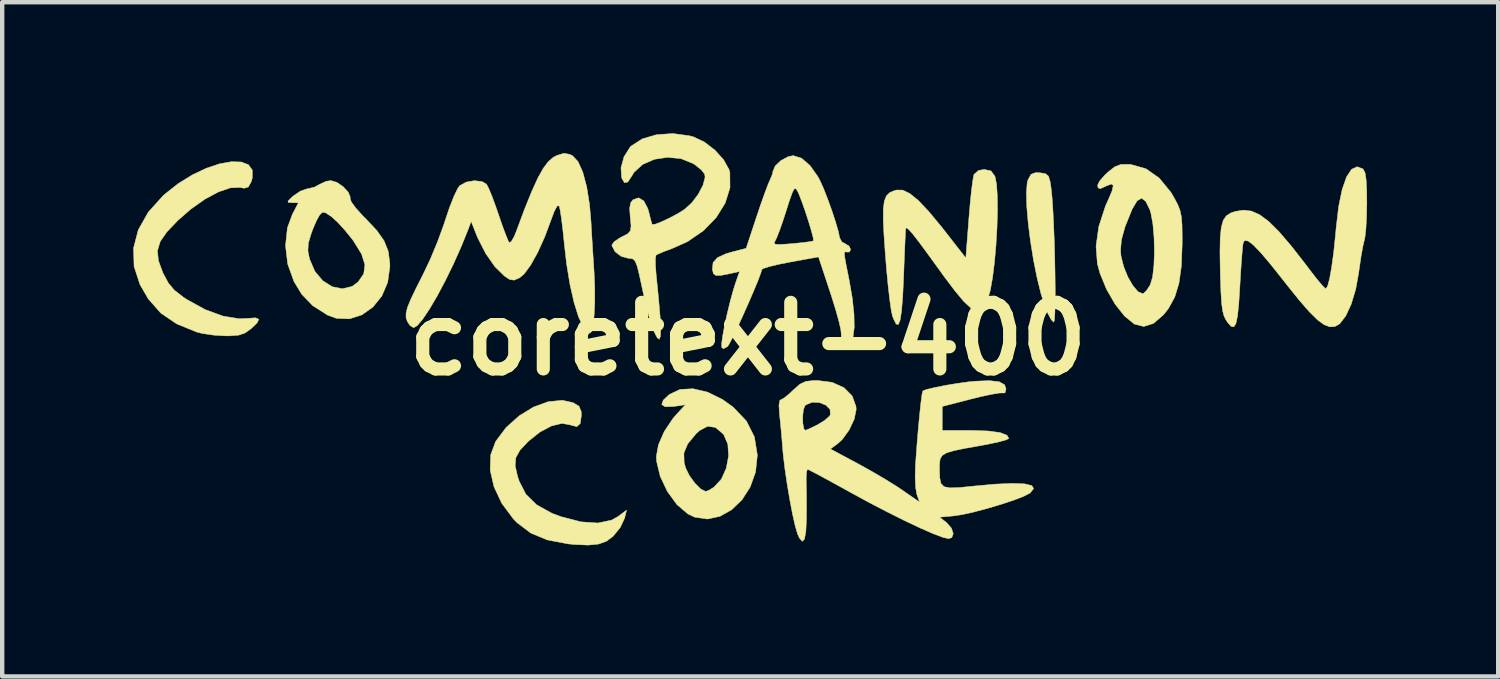
<source format=kicad_pcb>
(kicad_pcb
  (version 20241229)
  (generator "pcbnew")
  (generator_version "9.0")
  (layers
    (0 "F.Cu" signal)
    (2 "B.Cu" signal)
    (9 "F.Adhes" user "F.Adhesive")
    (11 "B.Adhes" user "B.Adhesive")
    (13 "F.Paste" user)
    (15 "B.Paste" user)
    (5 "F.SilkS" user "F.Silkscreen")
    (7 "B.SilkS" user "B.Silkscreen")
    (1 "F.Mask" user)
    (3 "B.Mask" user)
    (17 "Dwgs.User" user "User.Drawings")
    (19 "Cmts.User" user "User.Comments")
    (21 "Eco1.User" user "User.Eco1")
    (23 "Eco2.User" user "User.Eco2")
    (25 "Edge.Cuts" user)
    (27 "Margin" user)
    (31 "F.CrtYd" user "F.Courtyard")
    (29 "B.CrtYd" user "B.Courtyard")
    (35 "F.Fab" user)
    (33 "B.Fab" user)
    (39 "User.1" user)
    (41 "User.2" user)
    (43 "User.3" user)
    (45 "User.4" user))
  (footprint "coretext-400"
    (layer "F.Cu")
    (at 14.06 4.701)
    (property "Reference" "coretext-400" (at 0 0 0) (layer "F.SilkS") (effects (font (size 1.524 1.524) (thickness 0.3))))
    (attr through_hole)
    (fp_poly (pts (xy 6.683 -3.798) (xy 6.807 -3.777) (xy 6.875 -3.722) (xy 6.913 -3.599) (xy 6.934 -3.461) (xy 6.956 -3.254) (xy 6.976 -2.97) (xy 6.993 -2.631) (xy 7.008 -2.257) (xy 7.019 -1.868) (xy 7.026 -1.485) (xy 7.03 -1.128) (xy 7.029 -0.819) (xy 7.022 -0.578) (xy 7.011 -0.426) (xy 6.996 -0.381) (xy 6.94 -0.436) (xy 6.864 -0.577) (xy 6.803 -0.723) (xy 6.705 -1.029) (xy 6.614 -1.4) (xy 6.532 -1.81) (xy 6.464 -2.234) (xy 6.412 -2.647) (xy 6.38 -3.023) (xy 6.371 -3.338) (xy 6.389 -3.568) (xy 6.408 -3.639) (xy 6.477 -3.763) (xy 6.583 -3.802) (xy 6.683 -3.798)) (stroke (width 0.01) (type solid)) (fill yes) (layer "F.SilkS"))
    (fp_poly (pts (xy -4.001 1.46) (xy -3.864 1.542) (xy -3.814 1.663) (xy -3.81 1.75) (xy -3.835 1.936) (xy -3.914 2.009) (xy -4.053 1.974) (xy -4.063 1.969) (xy -4.253 1.935) (xy -4.493 1.993) (xy -4.758 2.132) (xy -5.023 2.344) (xy -5.032 2.353) (xy -5.216 2.549) (xy -5.31 2.72) (xy -5.325 2.906) (xy -5.269 3.149) (xy -5.233 3.257) (xy -5.079 3.557) (xy -4.834 3.797) (xy -4.486 3.99) (xy -4.276 4.069) (xy -3.82 4.187) (xy -3.432 4.214) (xy -3.12 4.148) (xy -2.978 4.069) (xy -2.776 3.92) (xy -2.821 4.103) (xy -2.92 4.316) (xy -3.085 4.518) (xy -3.239 4.633) (xy -3.419 4.696) (xy -3.654 4.719) (xy -3.972 4.705) (xy -4.122 4.69) (xy -4.589 4.601) (xy -4.967 4.444) (xy -5.281 4.207) (xy -5.368 4.117) (xy -5.633 3.76) (xy -5.81 3.382) (xy -5.896 3.006) (xy -5.884 2.653) (xy -5.772 2.349) (xy -5.53 2.028) (xy -5.232 1.761) (xy -4.903 1.56) (xy -4.567 1.438) (xy -4.245 1.407) (xy -4.001 1.46)) (stroke (width 0.01) (type solid)) (fill yes) (layer "F.SilkS"))
    (fp_poly (pts (xy -11.589 -4.045) (xy -11.426 -3.982) (xy -11.337 -3.859) (xy -11.339 -3.675) (xy -11.365 -3.591) (xy -11.428 -3.474) (xy -11.521 -3.445) (xy -11.626 -3.462) (xy -11.839 -3.454) (xy -12.112 -3.361) (xy -12.422 -3.195) (xy -12.745 -2.967) (xy -13.04 -2.71) (xy -13.292 -2.446) (xy -13.446 -2.224) (xy -13.508 -2.015) (xy -13.487 -1.792) (xy -13.391 -1.528) (xy -13.377 -1.497) (xy -13.26 -1.278) (xy -13.122 -1.113) (xy -12.921 -0.956) (xy -12.838 -0.901) (xy -12.417 -0.669) (xy -12.007 -0.519) (xy -11.634 -0.459) (xy -11.456 -0.467) (xy -11.264 -0.48) (xy -11.189 -0.447) (xy -11.229 -0.363) (xy -11.371 -0.228) (xy -11.506 -0.133) (xy -11.649 -0.084) (xy -11.85 -0.068) (xy -11.959 -0.068) (xy -12.221 -0.084) (xy -12.474 -0.121) (xy -12.605 -0.153) (xy -13.067 -0.341) (xy -13.431 -0.588) (xy -13.718 -0.913) (xy -13.908 -1.242) (xy -14.043 -1.656) (xy -14.055 -2.077) (xy -13.946 -2.493) (xy -13.718 -2.897) (xy -13.375 -3.278) (xy -13.346 -3.304) (xy -13.033 -3.551) (xy -12.709 -3.751) (xy -12.388 -3.903) (xy -12.085 -4.004) (xy -11.814 -4.052) (xy -11.589 -4.045)) (stroke (width 0.01) (type solid)) (fill yes) (layer "F.SilkS"))
    (fp_poly (pts (xy -0.922 1.22) (xy -0.576 1.391) (xy -0.337 1.563) (xy -0.035 1.88) (xy 0.148 2.242) (xy 0.215 2.653) (xy 0.215 2.667) (xy 0.175 3.046) (xy 0.053 3.389) (xy -0.134 3.681) (xy -0.371 3.91) (xy -0.641 4.061) (xy -0.928 4.123) (xy -1.217 4.08) (xy -1.374 4.006) (xy -1.626 3.79) (xy -1.844 3.49) (xy -2.006 3.147) (xy -2.089 2.803) (xy -2.095 2.695) (xy -2.081 2.613) (xy -1.465 2.613) (xy -1.459 2.832) (xy -1.425 2.955) (xy -1.337 3.133) (xy -1.211 3.306) (xy -1.077 3.438) (xy -0.966 3.492) (xy -0.963 3.493) (xy -0.882 3.46) (xy -0.776 3.393) (xy -0.607 3.21) (xy -0.494 2.958) (xy -0.442 2.678) (xy -0.46 2.409) (xy -0.553 2.193) (xy -0.565 2.178) (xy -0.743 2.027) (xy -0.922 2.001) (xy -1.111 2.101) (xy -1.187 2.172) (xy -1.378 2.404) (xy -1.465 2.613) (xy -2.081 2.613) (xy -2.047 2.424) (xy -1.914 2.121) (xy -1.717 1.825) (xy -1.628 1.722) (xy -1.429 1.507) (xy -1.699 1.548) (xy -1.891 1.555) (xy -1.971 1.505) (xy -1.937 1.404) (xy -1.801 1.275) (xy -1.555 1.158) (xy -1.255 1.142) (xy -0.922 1.22)) (stroke (width 0.01) (type solid)) (fill yes) (layer "F.SilkS"))
    (fp_poly (pts (xy 5.561 -3.841) (xy 5.649 -3.721) (xy 5.653 -3.711) (xy 5.688 -3.536) (xy 5.706 -3.262) (xy 5.709 -2.919) (xy 5.698 -2.532) (xy 5.674 -2.13) (xy 5.639 -1.739) (xy 5.595 -1.389) (xy 5.544 -1.105) (xy 5.491 -0.927) (xy 5.41 -0.762) (xy 5.324 -0.666) (xy 5.224 -0.645) (xy 5.1 -0.705) (xy 4.942 -0.851) (xy 4.741 -1.091) (xy 4.486 -1.429) (xy 4.349 -1.619) (xy 4.095 -1.969) (xy 3.905 -2.226) (xy 3.77 -2.399) (xy 3.681 -2.499) (xy 3.63 -2.537) (xy 3.611 -2.528) (xy 3.605 -2.461) (xy 3.597 -2.289) (xy 3.586 -2.032) (xy 3.573 -1.711) (xy 3.563 -1.434) (xy 3.542 -0.976) (xy 3.515 -0.642) (xy 3.482 -0.427) (xy 3.441 -0.327) (xy 3.391 -0.338) (xy 3.331 -0.458) (xy 3.305 -0.53) (xy 3.277 -0.663) (xy 3.244 -0.898) (xy 3.208 -1.21) (xy 3.173 -1.573) (xy 3.145 -1.914) (xy 3.113 -2.372) (xy 3.096 -2.721) (xy 3.098 -2.975) (xy 3.121 -3.153) (xy 3.168 -3.27) (xy 3.243 -3.344) (xy 3.347 -3.389) (xy 3.402 -3.404) (xy 3.542 -3.402) (xy 3.705 -3.323) (xy 3.903 -3.161) (xy 4.143 -2.906) (xy 4.436 -2.552) (xy 4.508 -2.46) (xy 4.985 -1.849) (xy 5.055 -2.75) (xy 5.083 -3.083) (xy 5.113 -3.377) (xy 5.142 -3.606) (xy 5.166 -3.742) (xy 5.173 -3.762) (xy 5.276 -3.852) (xy 5.406 -3.874) (xy 5.561 -3.841)) (stroke (width 0.01) (type solid)) (fill yes) (layer "F.SilkS"))
    (fp_poly (pts (xy -9.403 -3.579) (xy -9.259 -3.48) (xy -9.144 -3.356) (xy -9.097 -3.241) (xy -9.101 -3.213) (xy -9.073 -3.132) (xy -8.97 -2.991) (xy -8.81 -2.814) (xy -8.751 -2.755) (xy -8.491 -2.48) (xy -8.323 -2.241) (xy -8.229 -2.005) (xy -8.193 -1.74) (xy -8.191 -1.651) (xy -8.241 -1.292) (xy -8.375 -0.979) (xy -8.578 -0.727) (xy -8.831 -0.548) (xy -9.115 -0.457) (xy -9.413 -0.468) (xy -9.62 -0.544) (xy -9.957 -0.759) (xy -10.208 -1.02) (xy -10.384 -1.31) (xy -10.528 -1.71) (xy -10.564 -2.012) (xy -10.066 -2.012) (xy -10.03 -1.83) (xy -9.908 -1.545) (xy -9.727 -1.329) (xy -9.51 -1.192) (xy -9.279 -1.145) (xy -9.055 -1.199) (xy -8.919 -1.299) (xy -8.789 -1.486) (xy -8.762 -1.695) (xy -8.839 -1.941) (xy -9.023 -2.238) (xy -9.053 -2.279) (xy -9.223 -2.489) (xy -9.394 -2.675) (xy -9.529 -2.797) (xy -9.533 -2.8) (xy -9.663 -2.884) (xy -9.736 -2.894) (xy -9.797 -2.834) (xy -9.801 -2.828) (xy -9.868 -2.707) (xy -9.949 -2.519) (xy -9.991 -2.408) (xy -10.056 -2.188) (xy -10.066 -2.012) (xy -10.564 -2.012) (xy -10.578 -2.132) (xy -10.535 -2.539) (xy -10.424 -2.842) (xy -10.284 -3.112) (xy -10.429 -3.114) (xy -10.517 -3.12) (xy -10.521 -3.152) (xy -10.437 -3.235) (xy -10.395 -3.272) (xy -10.239 -3.378) (xy -10.093 -3.43) (xy -10.077 -3.431) (xy -9.914 -3.471) (xy -9.814 -3.526) (xy -9.653 -3.602) (xy -9.542 -3.62) (xy -9.403 -3.579)) (stroke (width 0.01) (type solid)) (fill yes) (layer "F.SilkS"))
    (fp_poly (pts (xy 8.768 -3.986) (xy 9.105 -3.891) (xy 9.41 -3.677) (xy 9.677 -3.351) (xy 9.75 -3.227) (xy 9.832 -3.073) (xy 9.885 -2.939) (xy 9.916 -2.793) (xy 9.931 -2.601) (xy 9.935 -2.331) (xy 9.934 -2.159) (xy 9.916 -1.665) (xy 9.861 -1.272) (xy 9.765 -0.956) (xy 9.621 -0.693) (xy 9.507 -0.549) (xy 9.278 -0.352) (xy 9.055 -0.282) (xy 8.841 -0.337) (xy 8.841 -0.337) (xy 8.618 -0.518) (xy 8.4 -0.793) (xy 8.206 -1.129) (xy 8.056 -1.493) (xy 7.994 -1.72) (xy 7.972 -2.016) (xy 8.524 -2.016) (xy 8.535 -1.892) (xy 8.597 -1.648) (xy 8.693 -1.412) (xy 8.809 -1.213) (xy 8.926 -1.077) (xy 9.031 -1.032) (xy 9.044 -1.035) (xy 9.118 -1.102) (xy 9.204 -1.235) (xy 9.207 -1.243) (xy 9.258 -1.416) (xy 9.288 -1.679) (xy 9.299 -1.993) (xy 9.291 -2.321) (xy 9.264 -2.629) (xy 9.219 -2.877) (xy 9.195 -2.953) (xy 9.1 -3.147) (xy 9.005 -3.216) (xy 8.905 -3.159) (xy 8.795 -2.976) (xy 8.779 -2.939) (xy 8.628 -2.565) (xy 8.545 -2.267) (xy 8.524 -2.016) (xy 7.972 -2.016) (xy 7.964 -2.12) (xy 8.027 -2.569) (xy 8.179 -3.035) (xy 8.236 -3.163) (xy 8.331 -3.384) (xy 8.358 -3.507) (xy 8.316 -3.542) (xy 8.203 -3.499) (xy 8.201 -3.498) (xy 8.068 -3.437) (xy 8.011 -3.452) (xy 8.001 -3.518) (xy 8.046 -3.609) (xy 8.159 -3.74) (xy 8.234 -3.811) (xy 8.393 -3.936) (xy 8.531 -3.989) (xy 8.71 -3.991) (xy 8.768 -3.986)) (stroke (width 0.01) (type solid)) (fill yes) (layer "F.SilkS"))
    (fp_poly (pts (xy 14.073 -3.885) (xy 14.12 -3.794) (xy 14.143 -3.634) (xy 14.156 -3.387) (xy 14.159 -3.092) (xy 14.152 -2.79) (xy 14.138 -2.518) (xy 14.115 -2.316) (xy 14.102 -2.259) (xy 14.066 -2.104) (xy 14.024 -1.868) (xy 13.984 -1.595) (xy 13.975 -1.525) (xy 13.905 -1.136) (xy 13.803 -0.796) (xy 13.678 -0.525) (xy 13.54 -0.345) (xy 13.428 -0.28) (xy 13.312 -0.274) (xy 13.183 -0.322) (xy 13.031 -0.433) (xy 12.845 -0.617) (xy 12.612 -0.884) (xy 12.322 -1.245) (xy 12.261 -1.323) (xy 11.968 -1.692) (xy 11.74 -1.962) (xy 11.569 -2.141) (xy 11.448 -2.235) (xy 11.37 -2.251) (xy 11.333 -2.208) (xy 11.319 -2.118) (xy 11.302 -1.927) (xy 11.282 -1.658) (xy 11.262 -1.338) (xy 11.255 -1.212) (xy 11.23 -0.809) (xy 11.201 -0.525) (xy 11.164 -0.349) (xy 11.116 -0.273) (xy 11.052 -0.286) (xy 10.97 -0.381) (xy 10.942 -0.422) (xy 10.895 -0.513) (xy 10.861 -0.636) (xy 10.837 -0.814) (xy 10.821 -1.068) (xy 10.809 -1.42) (xy 10.805 -1.553) (xy 10.799 -1.988) (xy 10.805 -2.315) (xy 10.829 -2.549) (xy 10.874 -2.71) (xy 10.945 -2.814) (xy 11.046 -2.879) (xy 11.148 -2.914) (xy 11.336 -2.944) (xy 11.519 -2.922) (xy 11.707 -2.839) (xy 11.914 -2.685) (xy 12.149 -2.452) (xy 12.424 -2.131) (xy 12.751 -1.713) (xy 12.859 -1.57) (xy 13.009 -1.376) (xy 13.132 -1.228) (xy 13.208 -1.151) (xy 13.219 -1.145) (xy 13.261 -1.204) (xy 13.307 -1.374) (xy 13.354 -1.638) (xy 13.401 -1.981) (xy 13.443 -2.385) (xy 13.457 -2.54) (xy 13.514 -3.025) (xy 13.594 -3.414) (xy 13.694 -3.702) (xy 13.811 -3.879) (xy 13.939 -3.937) (xy 14.073 -3.885)) (stroke (width 0.01) (type solid)) (fill yes) (layer "F.SilkS"))
    (fp_poly (pts (xy -1.337 -4.645) (xy -1.248 -4.621) (xy -0.997 -4.503) (xy -0.755 -4.317) (xy -0.555 -4.095) (xy -0.431 -3.871) (xy -0.413 -3.804) (xy -0.41 -3.457) (xy -0.519 -3.107) (xy -0.726 -2.773) (xy -1.018 -2.473) (xy -1.381 -2.224) (xy -1.731 -2.067) (xy -1.922 -1.996) (xy -2.06 -1.937) (xy -2.103 -1.912) (xy -2.117 -1.834) (xy -2.114 -1.666) (xy -2.097 -1.442) (xy -2.095 -1.429) (xy -2.043 -0.908) (xy -2.009 -0.509) (xy -1.996 -0.226) (xy -2.002 -0.054) (xy -2.029 0.01) (xy -2.077 -0.027) (xy -2.146 -0.163) (xy -2.18 -0.246) (xy -2.235 -0.413) (xy -2.303 -0.665) (xy -2.375 -0.963) (xy -2.42 -1.167) (xy -2.484 -1.463) (xy -2.532 -1.657) (xy -2.576 -1.77) (xy -2.625 -1.824) (xy -2.689 -1.84) (xy -2.732 -1.841) (xy -2.898 -1.886) (xy -3.04 -1.994) (xy -3.11 -2.129) (xy -3.111 -2.149) (xy -3.059 -2.222) (xy -2.929 -2.31) (xy -2.882 -2.334) (xy -2.749 -2.403) (xy -2.686 -2.473) (xy -2.673 -2.587) (xy -2.691 -2.77) (xy -2.706 -2.985) (xy -2.682 -3.113) (xy -2.63 -3.18) (xy -2.501 -3.226) (xy -2.383 -3.156) (xy -2.29 -2.98) (xy -2.263 -2.883) (xy -2.223 -2.722) (xy -2.194 -2.625) (xy -2.189 -2.616) (xy -2.121 -2.622) (xy -1.977 -2.677) (xy -1.793 -2.764) (xy -1.601 -2.866) (xy -1.447 -2.963) (xy -1.281 -3.114) (xy -1.134 -3.311) (xy -1.027 -3.516) (xy -0.98 -3.693) (xy -0.989 -3.768) (xy -1.066 -3.866) (xy -1.208 -3.98) (xy -1.251 -4.008) (xy -1.531 -4.122) (xy -1.839 -4.152) (xy -2.143 -4.106) (xy -2.41 -3.988) (xy -2.607 -3.807) (xy -2.655 -3.727) (xy -2.747 -3.587) (xy -2.825 -3.571) (xy -2.888 -3.68) (xy -2.904 -3.911) (xy -2.835 -4.163) (xy -2.698 -4.382) (xy -2.668 -4.412) (xy -2.417 -4.574) (xy -2.088 -4.67) (xy -1.717 -4.696) (xy -1.337 -4.645)) (stroke (width 0.01) (type solid)) (fill yes) (layer "F.SilkS"))
    (fp_poly (pts (xy -4.077 -4.22) (xy -4.008 -4.185) (xy -3.886 -4.053) (xy -3.778 -3.813) (xy -3.689 -3.481) (xy -3.624 -3.074) (xy -3.591 -2.699) (xy -3.574 -2.402) (xy -3.552 -2.039) (xy -3.528 -1.671) (xy -3.519 -1.521) (xy -3.504 -1.168) (xy -3.504 -0.834) (xy -3.518 -0.54) (xy -3.544 -0.31) (xy -3.581 -0.165) (xy -3.617 -0.127) (xy -3.685 -0.175) (xy -3.769 -0.281) (xy -3.876 -0.505) (xy -3.978 -0.833) (xy -4.071 -1.244) (xy -4.148 -1.713) (xy -4.198 -2.149) (xy -4.23 -2.461) (xy -4.263 -2.732) (xy -4.293 -2.933) (xy -4.317 -3.038) (xy -4.319 -3.041) (xy -4.363 -3.04) (xy -4.429 -2.919) (xy -4.502 -2.724) (xy -4.65 -2.327) (xy -4.81 -1.974) (xy -4.971 -1.685) (xy -5.121 -1.482) (xy -5.22 -1.398) (xy -5.348 -1.342) (xy -5.449 -1.357) (xy -5.569 -1.436) (xy -5.786 -1.648) (xy -5.997 -1.949) (xy -6.177 -2.301) (xy -6.21 -2.38) (xy -6.331 -2.687) (xy -6.4 -2.502) (xy -6.56 -2.106) (xy -6.738 -1.708) (xy -6.925 -1.325) (xy -7.111 -0.976) (xy -7.287 -0.677) (xy -7.442 -0.446) (xy -7.568 -0.299) (xy -7.648 -0.254) (xy -7.732 -0.306) (xy -7.792 -0.398) (xy -7.821 -0.486) (xy -7.821 -0.586) (xy -7.788 -0.718) (xy -7.713 -0.903) (xy -7.59 -1.16) (xy -7.42 -1.496) (xy -7.265 -1.824) (xy -7.104 -2.21) (xy -6.965 -2.589) (xy -6.92 -2.725) (xy -6.825 -3.007) (xy -6.728 -3.253) (xy -6.644 -3.431) (xy -6.597 -3.5) (xy -6.448 -3.584) (xy -6.257 -3.618) (xy -6.078 -3.596) (xy -5.979 -3.536) (xy -5.93 -3.442) (xy -5.854 -3.258) (xy -5.765 -3.015) (xy -5.709 -2.853) (xy -5.62 -2.593) (xy -5.54 -2.379) (xy -5.482 -2.238) (xy -5.461 -2.201) (xy -5.414 -2.224) (xy -5.347 -2.34) (xy -5.3 -2.455) (xy -5.11 -2.965) (xy -4.948 -3.366) (xy -4.809 -3.672) (xy -4.685 -3.896) (xy -4.569 -4.051) (xy -4.454 -4.151) (xy -4.371 -4.195) (xy -4.209 -4.244) (xy -4.077 -4.22)) (stroke (width 0.01) (type solid)) (fill yes) (layer "F.SilkS"))
    (fp_poly (pts (xy 1.227 -4.131) (xy 1.421 -3.964) (xy 1.603 -3.706) (xy 1.649 -3.619) (xy 1.731 -3.438) (xy 1.825 -3.196) (xy 1.921 -2.93) (xy 2.005 -2.674) (xy 2.067 -2.462) (xy 2.095 -2.328) (xy 2.095 -2.317) (xy 2.149 -2.217) (xy 2.223 -2.177) (xy 2.313 -2.121) (xy 2.35 -2.043) (xy 2.323 -1.987) (xy 2.27 -1.984) (xy 2.232 -1.991) (xy 2.21 -1.979) (xy 2.207 -1.927) (xy 2.224 -1.812) (xy 2.262 -1.614) (xy 2.315 -1.35) (xy 2.388 -0.928) (xy 2.427 -0.56) (xy 2.432 -0.261) (xy 2.405 -0.042) (xy 2.347 0.084) (xy 2.258 0.106) (xy 2.2 0.071) (xy 2.135 -0.046) (xy 2.135 -0.113) (xy 2.125 -0.211) (xy 2.081 -0.404) (xy 2.008 -0.665) (xy 1.914 -0.969) (xy 1.888 -1.048) (xy 1.615 -1.874) (xy 0.966 -1.756) (xy 0.698 -1.703) (xy 0.484 -1.651) (xy 0.35 -1.608) (xy 0.318 -1.585) (xy 0.292 -1.495) (xy 0.224 -1.316) (xy 0.124 -1.076) (xy 0.005 -0.8) (xy -0.122 -0.516) (xy -0.245 -0.25) (xy -0.352 -0.027) (xy -0.431 0.124) (xy -0.465 0.175) (xy -0.559 0.227) (xy -0.598 0.199) (xy -0.601 0.111) (xy -0.577 -0.069) (xy -0.531 -0.314) (xy -0.47 -0.592) (xy -0.4 -0.876) (xy -0.328 -1.136) (xy -0.277 -1.294) (xy -0.191 -1.54) (xy -0.397 -1.495) (xy -0.611 -1.452) (xy -0.733 -1.449) (xy -0.79 -1.492) (xy -0.812 -1.588) (xy -0.813 -1.593) (xy -0.797 -1.744) (xy -0.697 -1.857) (xy -0.497 -1.948) (xy -0.34 -1.993) (xy -0.041 -2.07) (xy 0.002 -2.199) (xy 0.602 -2.199) (xy 0.619 -2.166) (xy 0.708 -2.157) (xy 0.89 -2.168) (xy 1.017 -2.178) (xy 1.244 -2.2) (xy 1.416 -2.222) (xy 1.498 -2.24) (xy 1.5 -2.241) (xy 1.494 -2.309) (xy 1.454 -2.463) (xy 1.391 -2.673) (xy 1.316 -2.904) (xy 1.239 -3.125) (xy 1.17 -3.303) (xy 1.131 -3.388) (xy 1.094 -3.438) (xy 1.057 -3.426) (xy 1.011 -3.336) (xy 0.946 -3.151) (xy 0.883 -2.951) (xy 0.797 -2.687) (xy 0.716 -2.458) (xy 0.653 -2.3) (xy 0.632 -2.26) (xy 0.602 -2.199) (xy 0.002 -2.199) (xy 0.2 -2.797) (xy 0.299 -3.091) (xy 0.391 -3.347) (xy 0.463 -3.539) (xy 0.506 -3.635) (xy 0.561 -3.768) (xy 0.572 -3.83) (xy 0.625 -3.955) (xy 0.757 -4.08) (xy 0.923 -4.168) (xy 1.039 -4.191) (xy 1.227 -4.131)) (stroke (width 0.01) (type solid)) (fill yes) (layer "F.SilkS"))
    (fp_poly (pts (xy 1.927 0.996) (xy 2.198 1.118) (xy 2.385 1.306) (xy 2.472 1.547) (xy 2.477 1.618) (xy 2.432 1.839) (xy 2.316 2.085) (xy 2.16 2.301) (xy 2.057 2.396) (xy 1.887 2.52) (xy 2.515 2.856) (xy 2.822 3.026) (xy 3.136 3.21) (xy 3.41 3.38) (xy 3.535 3.464) (xy 3.926 3.735) (xy 3.863 3.554) (xy 3.837 3.403) (xy 3.826 3.172) (xy 3.832 2.909) (xy 3.834 2.877) (xy 3.864 2.463) (xy 3.896 2.077) (xy 3.928 1.737) (xy 3.957 1.463) (xy 3.982 1.275) (xy 4.002 1.192) (xy 4.003 1.19) (xy 4.096 1.156) (xy 4.28 1.113) (xy 4.521 1.065) (xy 4.785 1.021) (xy 5.036 0.986) (xy 5.189 0.97) (xy 5.525 0.957) (xy 5.75 0.983) (xy 5.873 1.052) (xy 5.905 1.148) (xy 5.882 1.236) (xy 5.844 1.24) (xy 5.761 1.239) (xy 5.583 1.268) (xy 5.339 1.32) (xy 5.114 1.375) (xy 4.445 1.548) (xy 4.445 2.095) (xy 5.084 2.095) (xy 5.487 2.108) (xy 5.768 2.145) (xy 5.927 2.207) (xy 5.969 2.279) (xy 5.911 2.31) (xy 5.753 2.355) (xy 5.522 2.405) (xy 5.318 2.444) (xy 4.958 2.507) (xy 4.705 2.56) (xy 4.539 2.611) (xy 4.443 2.671) (xy 4.397 2.751) (xy 4.383 2.861) (xy 4.382 2.967) (xy 4.388 3.172) (xy 4.415 3.307) (xy 4.487 3.383) (xy 4.623 3.41) (xy 4.845 3.402) (xy 5.138 3.372) (xy 5.649 3.325) (xy 6.047 3.307) (xy 6.329 3.318) (xy 6.493 3.357) (xy 6.537 3.425) (xy 6.46 3.521) (xy 6.44 3.536) (xy 6.305 3.605) (xy 6.078 3.692) (xy 5.791 3.787) (xy 5.478 3.88) (xy 5.17 3.962) (xy 4.9 4.022) (xy 4.716 4.05) (xy 4.384 4.08) (xy 4.542 4.203) (xy 4.655 4.33) (xy 4.697 4.457) (xy 4.664 4.548) (xy 4.588 4.572) (xy 4.458 4.541) (xy 4.235 4.457) (xy 3.935 4.325) (xy 3.576 4.155) (xy 3.176 3.955) (xy 2.75 3.733) (xy 2.332 3.505) (xy 2.021 3.333) (xy 1.75 3.185) (xy 1.537 3.071) (xy 1.401 3.001) (xy 1.361 2.985) (xy 1.342 3.041) (xy 1.333 3.186) (xy 1.334 3.286) (xy 1.339 3.5) (xy 1.341 3.783) (xy 1.339 4.079) (xy 1.339 4.112) (xy 1.326 4.406) (xy 1.294 4.58) (xy 1.246 4.633) (xy 1.181 4.563) (xy 1.135 4.461) (xy 1.083 4.285) (xy 1.022 4.016) (xy 0.959 3.686) (xy 0.898 3.327) (xy 0.846 2.973) (xy 0.808 2.656) (xy 0.797 2.531) (xy 0.773 2.239) (xy 0.746 1.943) (xy 0.728 1.777) (xy 1.253 1.777) (xy 1.257 1.937) (xy 1.28 2.058) (xy 1.311 2.095) (xy 1.379 2.069) (xy 1.519 2.003) (xy 1.593 1.966) (xy 1.757 1.866) (xy 1.866 1.768) (xy 1.885 1.738) (xy 1.879 1.615) (xy 1.783 1.517) (xy 1.635 1.458) (xy 1.471 1.451) (xy 1.329 1.509) (xy 1.304 1.532) (xy 1.269 1.626) (xy 1.253 1.777) (xy 0.728 1.777) (xy 0.723 1.73) (xy 0.71 1.52) (xy 0.729 1.41) (xy 0.748 1.397) (xy 0.827 1.355) (xy 0.957 1.249) (xy 1.035 1.175) (xy 1.186 1.04) (xy 1.324 0.974) (xy 1.509 0.953) (xy 1.59 0.953) (xy 1.927 0.996)) (stroke (width 0.01) (type solid)) (fill yes) (layer "F.SilkS")))
  (gr_rect
    (start -3 -3)
    (end 31.224 12.425)
    (stroke (width 0.1) (type default))
    (fill no)
    (layer "Edge.Cuts")))
</source>
